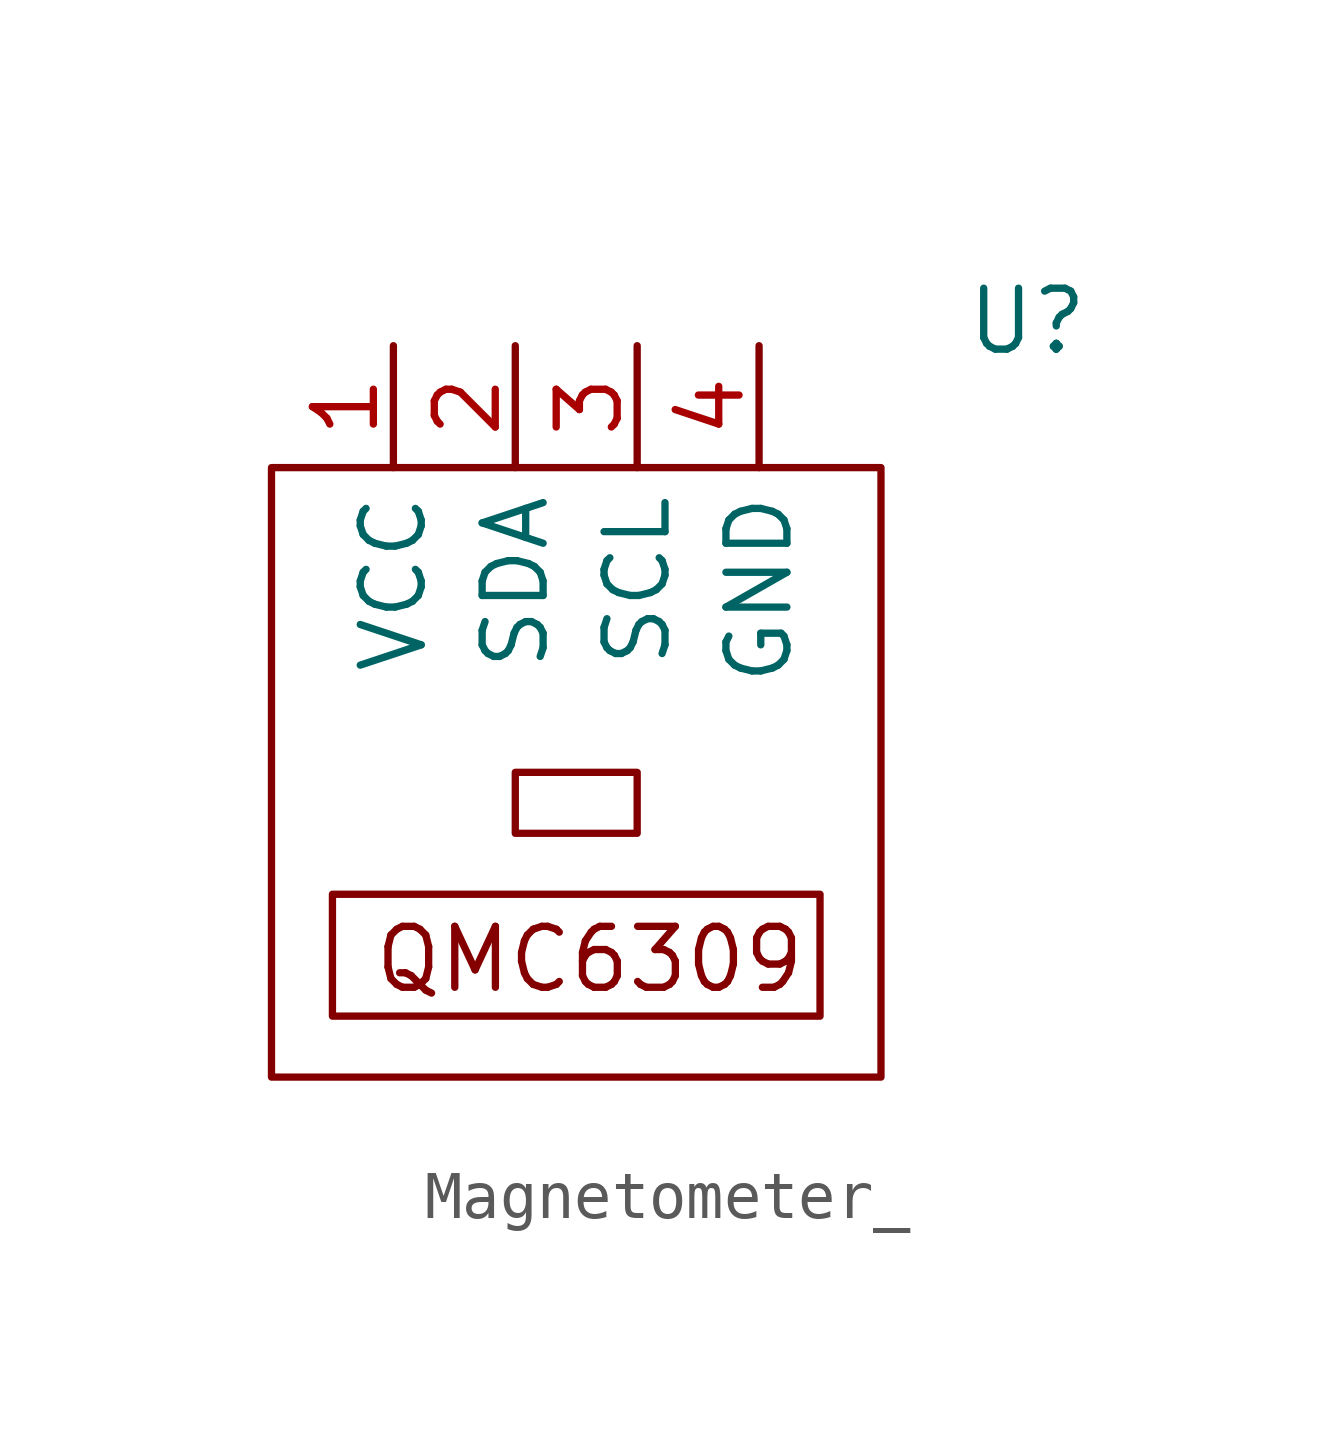
<source format=kicad_sym>
(kicad_symbol_lib
  (version 20241209)
  (generator "kicad_symbol_editor")
  (generator_version "9.0")
  (symbol "Magnetometer_"
    (property "Reference" "U"
      (at 9.398 5.588 0)
      (effects (font (size 1.27 1.27))))
    (property "Value" ""
      (at 0 0 0)
      (effects (font (size 1.27 1.27))))
    (symbol "Magnetometer__0_1"
      (rectangle (start -6.35 2.54) (end 6.35 -10.16) (stroke (width 0) (type default)) (fill (type none)))
      (rectangle (start -1.27 -3.81) (end 1.27 -5.08) (stroke (width 0) (type default)) (fill (type none))))
    (symbol "Magnetometer__1_1"
      (text_box "QMC6309\n" (at -5.08 -6.35 0) (size 10.16 -2.54) (margins 0.816 0.616 1.016 1.016) (stroke (width 0) (type solid)) (fill (type none)) (effects (font (size 1.27 1.27)) (justify left top)))
      (pin power_in line (at -3.81 5.08 270) (length 2.54) (name "VCC" (effects (font (size 1.27 1.27)))) (number "1" (effects (font (size 1.27 1.27)))))
      (pin bidirectional line (at -1.27 5.08 270) (length 2.54) (name "SDA" (effects (font (size 1.27 1.27)))) (number "2" (effects (font (size 1.27 1.27)))))
      (pin bidirectional line (at 1.27 5.08 270) (length 2.54) (name "SCL" (effects (font (size 1.27 1.27)))) (number "3" (effects (font (size 1.27 1.27)))))
      (pin power_in line (at 3.81 5.08 270) (length 2.54) (name "GND" (effects (font (size 1.27 1.27)))) (number "4" (effects (font (size 1.27 1.27))))))))
</source>
